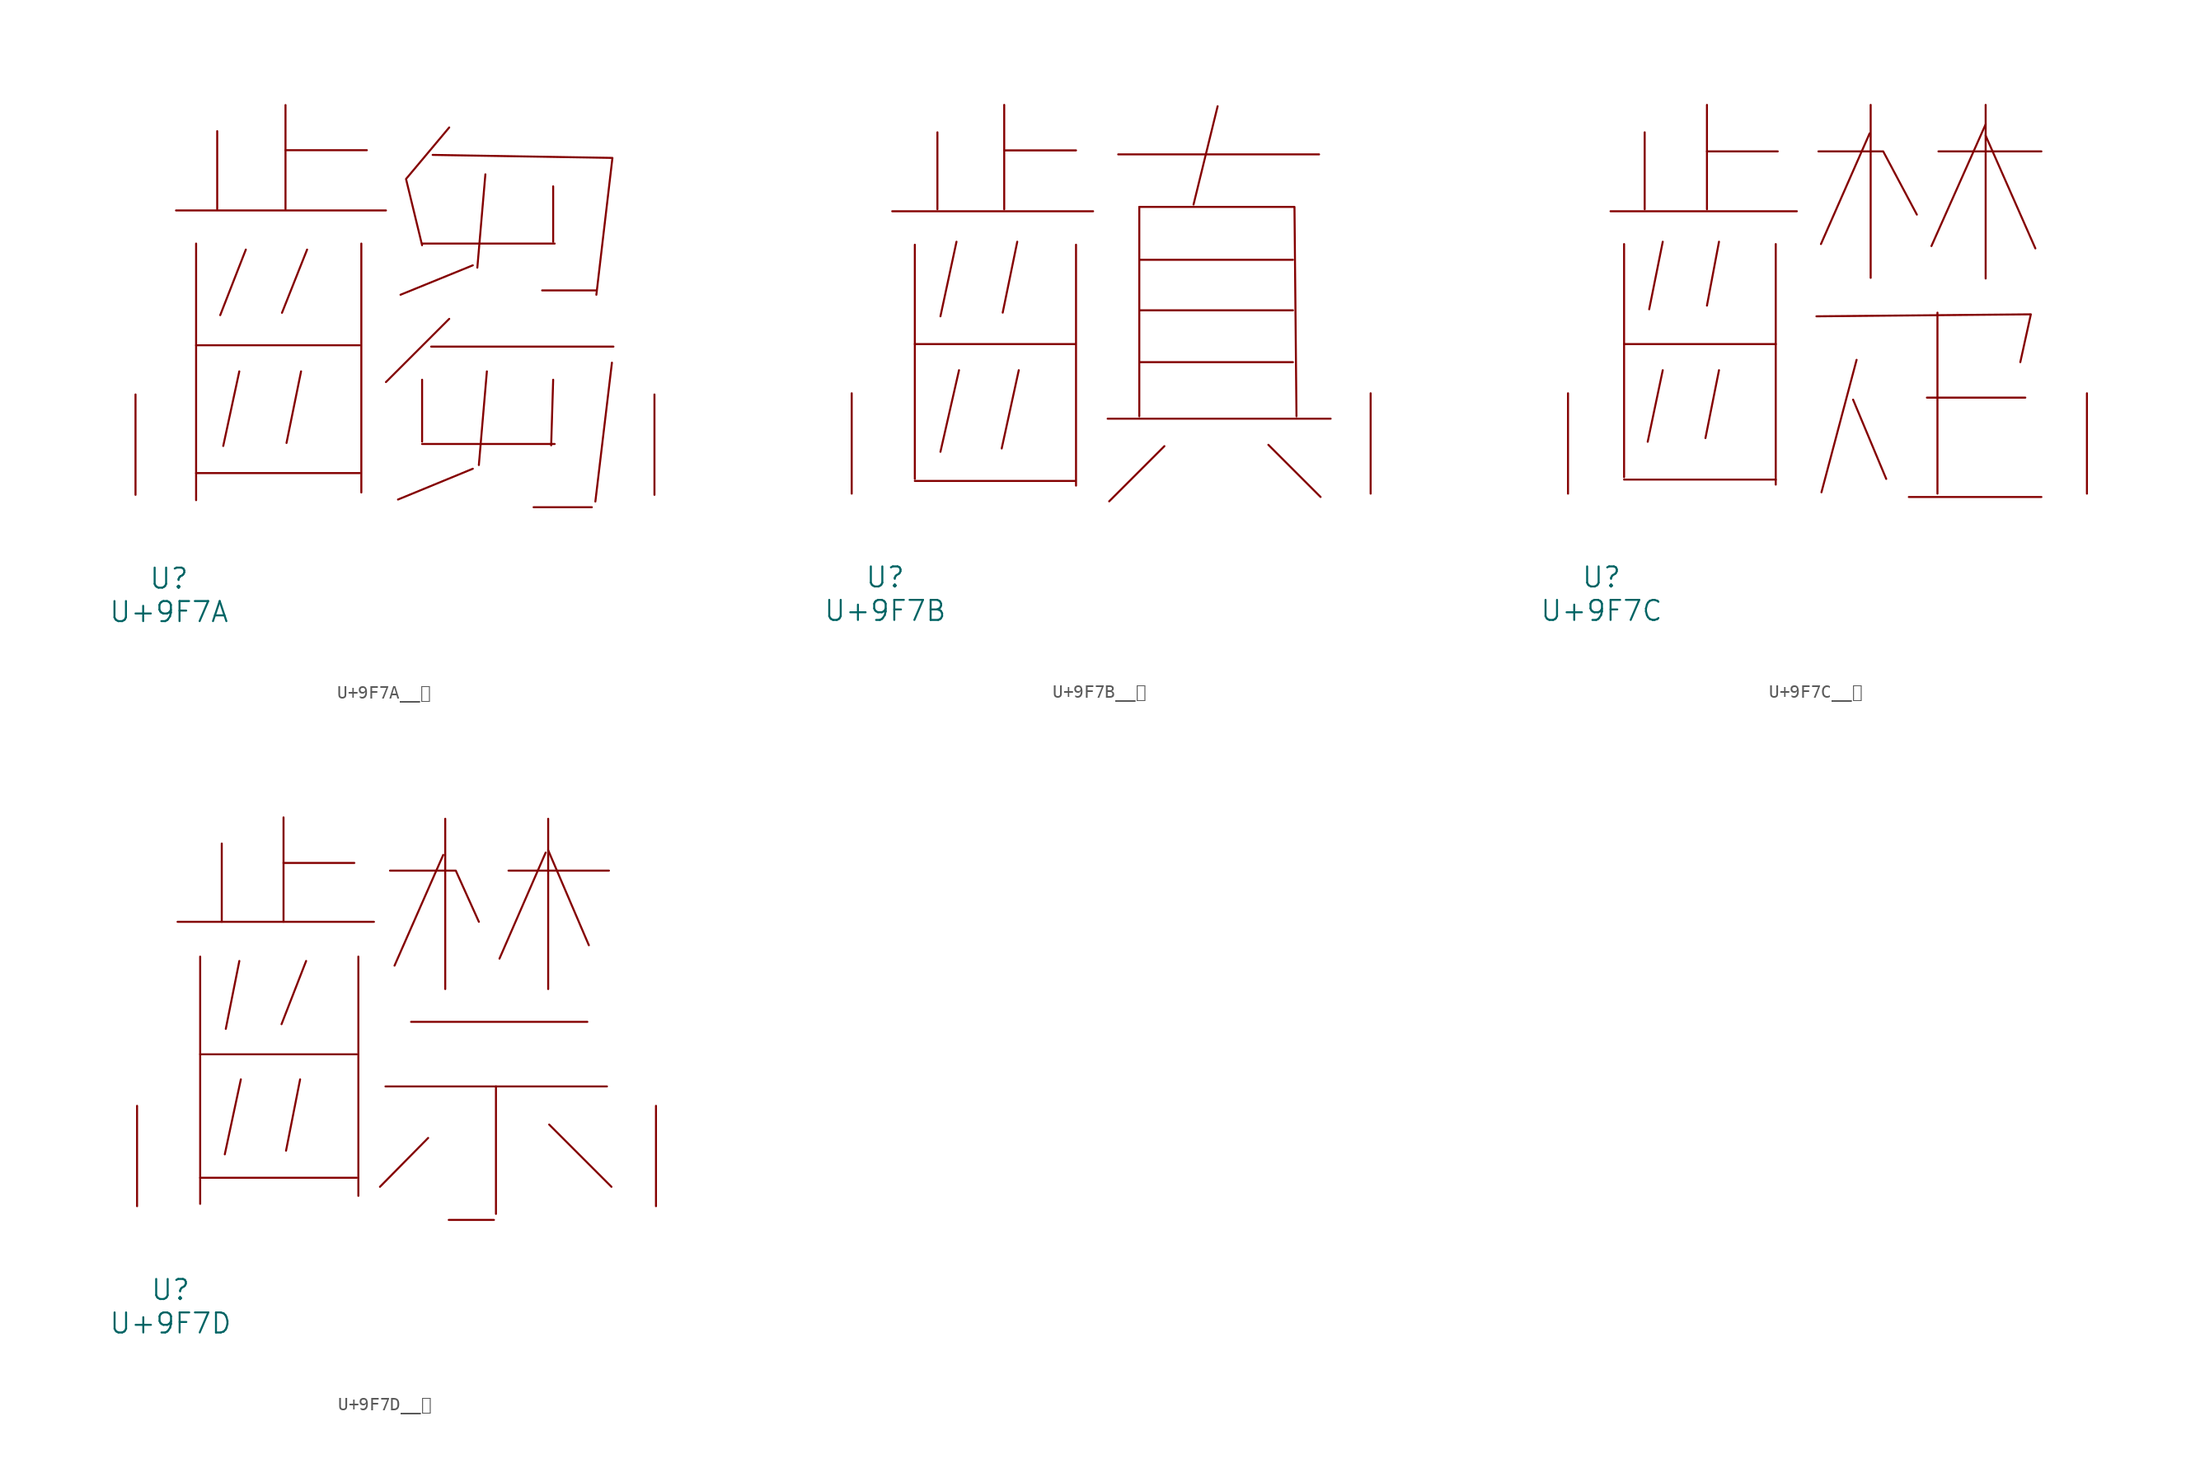
<source format=kicad_sym>
(kicad_symbol_lib
  (version 20231120)
  (generator "kicad_symbol_editor")
  (generator_version "8.0")
  (symbol "U+9F7A__齺"
    (pin_names
      (offset 1.016))
    (property "Reference" "U"
      (at 0 -6.35 0)
      (effects (font (size 1.524 1.524))))
    (property "Value" "U+9F7A"
      (at 0 -8.89 0)
      (effects (font (size 1.524 1.524))))
    (symbol "U+9F7A__齺_0_1"
      (polyline (pts (xy 0.533 21.59) (xy 16.459 21.59)) (stroke (width 0) (type solid)) (fill (type none)))
      (polyline (pts (xy 2.057 1.651) (xy 14.478 1.651)) (stroke (width 0) (type solid)) (fill (type none)))
      (polyline (pts (xy 2.057 11.354) (xy 14.478 11.354)) (stroke (width 0) (type solid)) (fill (type none)))
      (polyline (pts (xy 2.057 19.075) (xy 2.057 -0.406)) (stroke (width 0) (type solid)) (fill (type none)))
      (polyline (pts (xy 3.658 27.61) (xy 3.658 21.692)) (stroke (width 0) (type solid)) (fill (type none)))
      (polyline (pts (xy 5.334 9.373) (xy 4.115 3.708)) (stroke (width 0) (type solid)) (fill (type none)))
      (polyline (pts (xy 5.829 18.618) (xy 3.886 13.64)) (stroke (width 0) (type solid)) (fill (type none)))
      (polyline (pts (xy 8.839 26.162) (xy 15.011 26.162)) (stroke (width 0) (type solid)) (fill (type none)))
      (polyline (pts (xy 8.839 29.591) (xy 8.839 21.692)) (stroke (width 0) (type solid)) (fill (type none)))
      (polyline (pts (xy 10.02 9.373) (xy 8.915 3.937)) (stroke (width 0) (type solid)) (fill (type none)))
      (polyline (pts (xy 10.477 18.618) (xy 8.572 13.818)) (stroke (width 0) (type solid)) (fill (type none)))
      (polyline (pts (xy 14.592 19.075) (xy 14.592 0.178)) (stroke (width 0) (type solid)) (fill (type none)))
      (polyline (pts (xy 19.202 3.861) (xy 29.261 3.861)) (stroke (width 0) (type solid)) (fill (type none)))
      (polyline (pts (xy 19.202 8.738) (xy 19.202 4.039)) (stroke (width 0) (type solid)) (fill (type none)))
      (polyline (pts (xy 19.202 19.075) (xy 29.261 19.075)) (stroke (width 0) (type solid)) (fill (type none)))
      (polyline (pts (xy 19.888 11.252) (xy 33.718 11.252)) (stroke (width 0) (type solid)) (fill (type none)))
      (polyline (pts (xy 21.26 13.36) (xy 16.459 8.56)) (stroke (width 0) (type solid)) (fill (type none)))
      (polyline (pts (xy 23.05 1.981) (xy 17.374 -0.356)) (stroke (width 0) (type solid)) (fill (type none)))
      (polyline (pts (xy 23.05 17.424) (xy 17.564 15.189)) (stroke (width 0) (type solid)) (fill (type none)))
      (polyline (pts (xy 24.003 24.333) (xy 23.393 17.247)) (stroke (width 0) (type solid)) (fill (type none)))
      (polyline (pts (xy 24.117 9.373) (xy 23.508 2.261)) (stroke (width 0) (type solid)) (fill (type none)))
      (polyline (pts (xy 27.661 -0.94) (xy 32.08 -0.94)) (stroke (width 0) (type solid)) (fill (type none)))
      (polyline (pts (xy 29.146 8.738) (xy 28.994 3.759)) (stroke (width 0) (type solid)) (fill (type none)))
      (polyline (pts (xy 29.146 23.419) (xy 29.146 19.202)) (stroke (width 0) (type solid)) (fill (type none)))
      (polyline (pts (xy 32.423 15.519) (xy 28.308 15.519)) (stroke (width 0) (type solid)) (fill (type none)))
      (polyline (pts (xy 33.604 10.033) (xy 32.347 -0.508)) (stroke (width 0) (type solid)) (fill (type none)))
      (polyline (pts (xy 20.003 25.806) (xy 33.642 25.578) (xy 32.423 15.189)) (stroke (width 0) (type solid)) (fill (type none)))
      (polyline (pts (xy 21.26 27.889) (xy 17.983 23.978) (xy 19.202 18.948)) (stroke (width 0) (type solid)) (fill (type none)))
      (pin input line (at -2.54 0 90) (length 7.62) (name "~" (effects (font (size 1.27 1.27)))) (number "~" (effects (font (size 1.27 1.27)))))
      (pin input line (at 36.83 0 90) (length 7.62) (name "~" (effects (font (size 1.27 1.27)))) (number "~" (effects (font (size 1.27 1.27)))))))
  (symbol "U+9F7B__齻"
    (pin_names
      (offset 1.016))
    (property "Reference" "U"
      (at 0 -6.35 0)
      (effects (font (size 1.524 1.524))))
    (property "Value" "U+9F7B"
      (at 0 -8.89 0)
      (effects (font (size 1.524 1.524))))
    (symbol "U+9F7B__齻_0_1"
      (polyline (pts (xy 0.533 21.438) (xy 15.773 21.438)) (stroke (width 0) (type solid)) (fill (type none)))
      (polyline (pts (xy 2.248 0.965) (xy 14.402 0.965)) (stroke (width 0) (type solid)) (fill (type none)))
      (polyline (pts (xy 2.248 11.354) (xy 14.402 11.354)) (stroke (width 0) (type solid)) (fill (type none)))
      (polyline (pts (xy 2.248 18.898) (xy 2.248 1.118)) (stroke (width 0) (type solid)) (fill (type none)))
      (polyline (pts (xy 3.962 27.432) (xy 3.962 21.59)) (stroke (width 0) (type solid)) (fill (type none)))
      (polyline (pts (xy 5.41 19.126) (xy 4.191 13.462)) (stroke (width 0) (type solid)) (fill (type none)))
      (polyline (pts (xy 5.601 9.373) (xy 4.191 3.175)) (stroke (width 0) (type solid)) (fill (type none)))
      (polyline (pts (xy 9.03 26.06) (xy 14.478 26.06)) (stroke (width 0) (type solid)) (fill (type none)))
      (polyline (pts (xy 9.03 29.515) (xy 9.03 21.59)) (stroke (width 0) (type solid)) (fill (type none)))
      (polyline (pts (xy 10.02 19.126) (xy 8.915 13.741)) (stroke (width 0) (type solid)) (fill (type none)))
      (polyline (pts (xy 10.135 9.373) (xy 8.839 3.429)) (stroke (width 0) (type solid)) (fill (type none)))
      (polyline (pts (xy 14.478 18.898) (xy 14.478 0.61)) (stroke (width 0) (type solid)) (fill (type none)))
      (polyline (pts (xy 16.878 5.69) (xy 33.795 5.69)) (stroke (width 0) (type solid)) (fill (type none)))
      (polyline (pts (xy 17.678 25.756) (xy 32.918 25.756)) (stroke (width 0) (type solid)) (fill (type none)))
      (polyline (pts (xy 19.279 9.982) (xy 30.937 9.982)) (stroke (width 0) (type solid)) (fill (type none)))
      (polyline (pts (xy 19.279 13.919) (xy 30.937 13.919)) (stroke (width 0) (type solid)) (fill (type none)))
      (polyline (pts (xy 19.279 17.755) (xy 30.937 17.755)) (stroke (width 0) (type solid)) (fill (type none)))
      (polyline (pts (xy 19.279 21.768) (xy 19.279 5.867)) (stroke (width 0) (type solid)) (fill (type none)))
      (polyline (pts (xy 21.184 3.607) (xy 16.993 -0.584)) (stroke (width 0) (type solid)) (fill (type none)))
      (polyline (pts (xy 25.222 29.413) (xy 23.393 21.946)) (stroke (width 0) (type solid)) (fill (type none)))
      (polyline (pts (xy 29.07 3.708) (xy 33.033 -0.254)) (stroke (width 0) (type solid)) (fill (type none)))
      (polyline (pts (xy 19.279 21.768) (xy 31.052 21.768) (xy 31.204 5.867)) (stroke (width 0) (type solid)) (fill (type none)))
      (pin input line (at -2.54 0 90) (length 7.62) (name "~" (effects (font (size 1.27 1.27)))) (number "~" (effects (font (size 1.27 1.27)))))
      (pin input line (at 36.83 0 90) (length 7.62) (name "~" (effects (font (size 1.27 1.27)))) (number "~" (effects (font (size 1.27 1.27)))))))
  (symbol "U+9F7C__齼"
    (pin_names
      (offset 1.016))
    (property "Reference" "U"
      (at 0 -6.35 0)
      (effects (font (size 1.524 1.524))))
    (property "Value" "U+9F7C"
      (at 0 -8.89 0)
      (effects (font (size 1.524 1.524))))
    (symbol "U+9F7C__齼_0_1"
      (polyline (pts (xy 0.686 21.438) (xy 14.821 21.438)) (stroke (width 0) (type solid)) (fill (type none)))
      (polyline (pts (xy 1.714 1.067) (xy 13.221 1.067)) (stroke (width 0) (type solid)) (fill (type none)))
      (polyline (pts (xy 1.714 11.354) (xy 13.221 11.354)) (stroke (width 0) (type solid)) (fill (type none)))
      (polyline (pts (xy 1.714 18.948) (xy 1.714 1.245)) (stroke (width 0) (type solid)) (fill (type none)))
      (polyline (pts (xy 3.277 27.432) (xy 3.277 21.59)) (stroke (width 0) (type solid)) (fill (type none)))
      (polyline (pts (xy 4.648 9.373) (xy 3.505 3.937)) (stroke (width 0) (type solid)) (fill (type none)))
      (polyline (pts (xy 4.648 19.126) (xy 3.619 13.995)) (stroke (width 0) (type solid)) (fill (type none)))
      (polyline (pts (xy 8.001 25.984) (xy 13.373 25.984)) (stroke (width 0) (type solid)) (fill (type none)))
      (polyline (pts (xy 8.001 29.515) (xy 8.001 21.59)) (stroke (width 0) (type solid)) (fill (type none)))
      (polyline (pts (xy 8.915 9.373) (xy 7.887 4.216)) (stroke (width 0) (type solid)) (fill (type none)))
      (polyline (pts (xy 8.915 19.126) (xy 8.001 14.275)) (stroke (width 0) (type solid)) (fill (type none)))
      (polyline (pts (xy 13.221 18.948) (xy 13.221 0.686)) (stroke (width 0) (type solid)) (fill (type none)))
      (polyline (pts (xy 19.088 7.137) (xy 21.603 1.118)) (stroke (width 0) (type solid)) (fill (type none)))
      (polyline (pts (xy 19.355 10.16) (xy 16.688 0.102)) (stroke (width 0) (type solid)) (fill (type none)))
      (polyline (pts (xy 20.345 27.356) (xy 16.65 18.948)) (stroke (width 0) (type solid)) (fill (type none)))
      (polyline (pts (xy 20.422 29.515) (xy 20.422 16.383)) (stroke (width 0) (type solid)) (fill (type none)))
      (polyline (pts (xy 23.317 -0.254) (xy 33.376 -0.254)) (stroke (width 0) (type solid)) (fill (type none)))
      (polyline (pts (xy 24.689 7.29) (xy 32.156 7.29)) (stroke (width 0) (type solid)) (fill (type none)))
      (polyline (pts (xy 25.489 13.741) (xy 25.489 0)) (stroke (width 0) (type solid)) (fill (type none)))
      (polyline (pts (xy 25.565 25.984) (xy 33.376 25.984)) (stroke (width 0) (type solid)) (fill (type none)))
      (polyline (pts (xy 29.146 27.178) (xy 32.918 18.618)) (stroke (width 0) (type solid)) (fill (type none)))
      (polyline (pts (xy 29.146 28.042) (xy 25.032 18.796)) (stroke (width 0) (type solid)) (fill (type none)))
      (polyline (pts (xy 29.146 29.515) (xy 29.146 16.332)) (stroke (width 0) (type solid)) (fill (type none)))
      (polyline (pts (xy 16.307 13.462) (xy 32.575 13.614) (xy 31.775 9.982)) (stroke (width 0) (type solid)) (fill (type none)))
      (polyline (pts (xy 16.459 25.984) (xy 21.374 25.984) (xy 23.927 21.184)) (stroke (width 0) (type solid)) (fill (type none)))
      (pin input line (at -2.54 0 90) (length 7.62) (name "~" (effects (font (size 1.27 1.27)))) (number "~" (effects (font (size 1.27 1.27)))))
      (pin input line (at 36.83 0 90) (length 7.62) (name "~" (effects (font (size 1.27 1.27)))) (number "~" (effects (font (size 1.27 1.27)))))))
  (symbol "U+9F7D__齽"
    (pin_names
      (offset 1.016))
    (property "Reference" "U"
      (at 0 -6.35 0)
      (effects (font (size 1.524 1.524))))
    (property "Value" "U+9F7D"
      (at 0 -8.89 0)
      (effects (font (size 1.524 1.524))))
    (symbol "U+9F7D__齽_0_1"
      (polyline (pts (xy 0.533 21.59) (xy 15.431 21.59)) (stroke (width 0) (type solid)) (fill (type none)))
      (polyline (pts (xy 2.248 2.159) (xy 14.135 2.159)) (stroke (width 0) (type solid)) (fill (type none)))
      (polyline (pts (xy 2.248 11.532) (xy 14.135 11.532)) (stroke (width 0) (type solid)) (fill (type none)))
      (polyline (pts (xy 2.248 18.948) (xy 2.248 0.178)) (stroke (width 0) (type solid)) (fill (type none)))
      (polyline (pts (xy 3.886 27.534) (xy 3.886 21.59)) (stroke (width 0) (type solid)) (fill (type none)))
      (polyline (pts (xy 5.22 18.618) (xy 4.191 13.462)) (stroke (width 0) (type solid)) (fill (type none)))
      (polyline (pts (xy 5.334 9.627) (xy 4.115 3.937)) (stroke (width 0) (type solid)) (fill (type none)))
      (polyline (pts (xy 8.572 26.06) (xy 13.945 26.06)) (stroke (width 0) (type solid)) (fill (type none)))
      (polyline (pts (xy 8.572 29.515) (xy 8.572 21.59)) (stroke (width 0) (type solid)) (fill (type none)))
      (polyline (pts (xy 9.83 9.627) (xy 8.763 4.216)) (stroke (width 0) (type solid)) (fill (type none)))
      (polyline (pts (xy 10.287 18.618) (xy 8.42 13.818)) (stroke (width 0) (type solid)) (fill (type none)))
      (polyline (pts (xy 14.249 18.948) (xy 14.249 0.787)) (stroke (width 0) (type solid)) (fill (type none)))
      (polyline (pts (xy 16.307 9.093) (xy 33.109 9.093)) (stroke (width 0) (type solid)) (fill (type none)))
      (polyline (pts (xy 18.25 13.995) (xy 31.623 13.995)) (stroke (width 0) (type solid)) (fill (type none)))
      (polyline (pts (xy 19.545 5.182) (xy 15.888 1.473)) (stroke (width 0) (type solid)) (fill (type none)))
      (polyline (pts (xy 20.688 26.67) (xy 16.993 18.263)) (stroke (width 0) (type solid)) (fill (type none)))
      (polyline (pts (xy 20.841 29.413) (xy 20.841 16.485)) (stroke (width 0) (type solid)) (fill (type none)))
      (polyline (pts (xy 21.107 -1.041) (xy 24.536 -1.041)) (stroke (width 0) (type solid)) (fill (type none)))
      (polyline (pts (xy 24.689 9.093) (xy 24.689 -0.584)) (stroke (width 0) (type solid)) (fill (type none)))
      (polyline (pts (xy 25.641 25.476) (xy 33.261 25.476)) (stroke (width 0) (type solid)) (fill (type none)))
      (polyline (pts (xy 28.461 26.848) (xy 24.956 18.796)) (stroke (width 0) (type solid)) (fill (type none)))
      (polyline (pts (xy 28.651 27.026) (xy 31.737 19.812)) (stroke (width 0) (type solid)) (fill (type none)))
      (polyline (pts (xy 28.651 29.413) (xy 28.651 16.485)) (stroke (width 0) (type solid)) (fill (type none)))
      (polyline (pts (xy 28.727 6.198) (xy 33.452 1.473)) (stroke (width 0) (type solid)) (fill (type none)))
      (polyline (pts (xy 16.65 25.476) (xy 21.641 25.476) (xy 23.393 21.59)) (stroke (width 0) (type solid)) (fill (type none)))
      (pin input line (at -2.54 0 90) (length 7.62) (name "~" (effects (font (size 1.27 1.27)))) (number "~" (effects (font (size 1.27 1.27)))))
      (pin input line (at 36.83 0 90) (length 7.62) (name "~" (effects (font (size 1.27 1.27)))) (number "~" (effects (font (size 1.27 1.27))))))))
</source>
